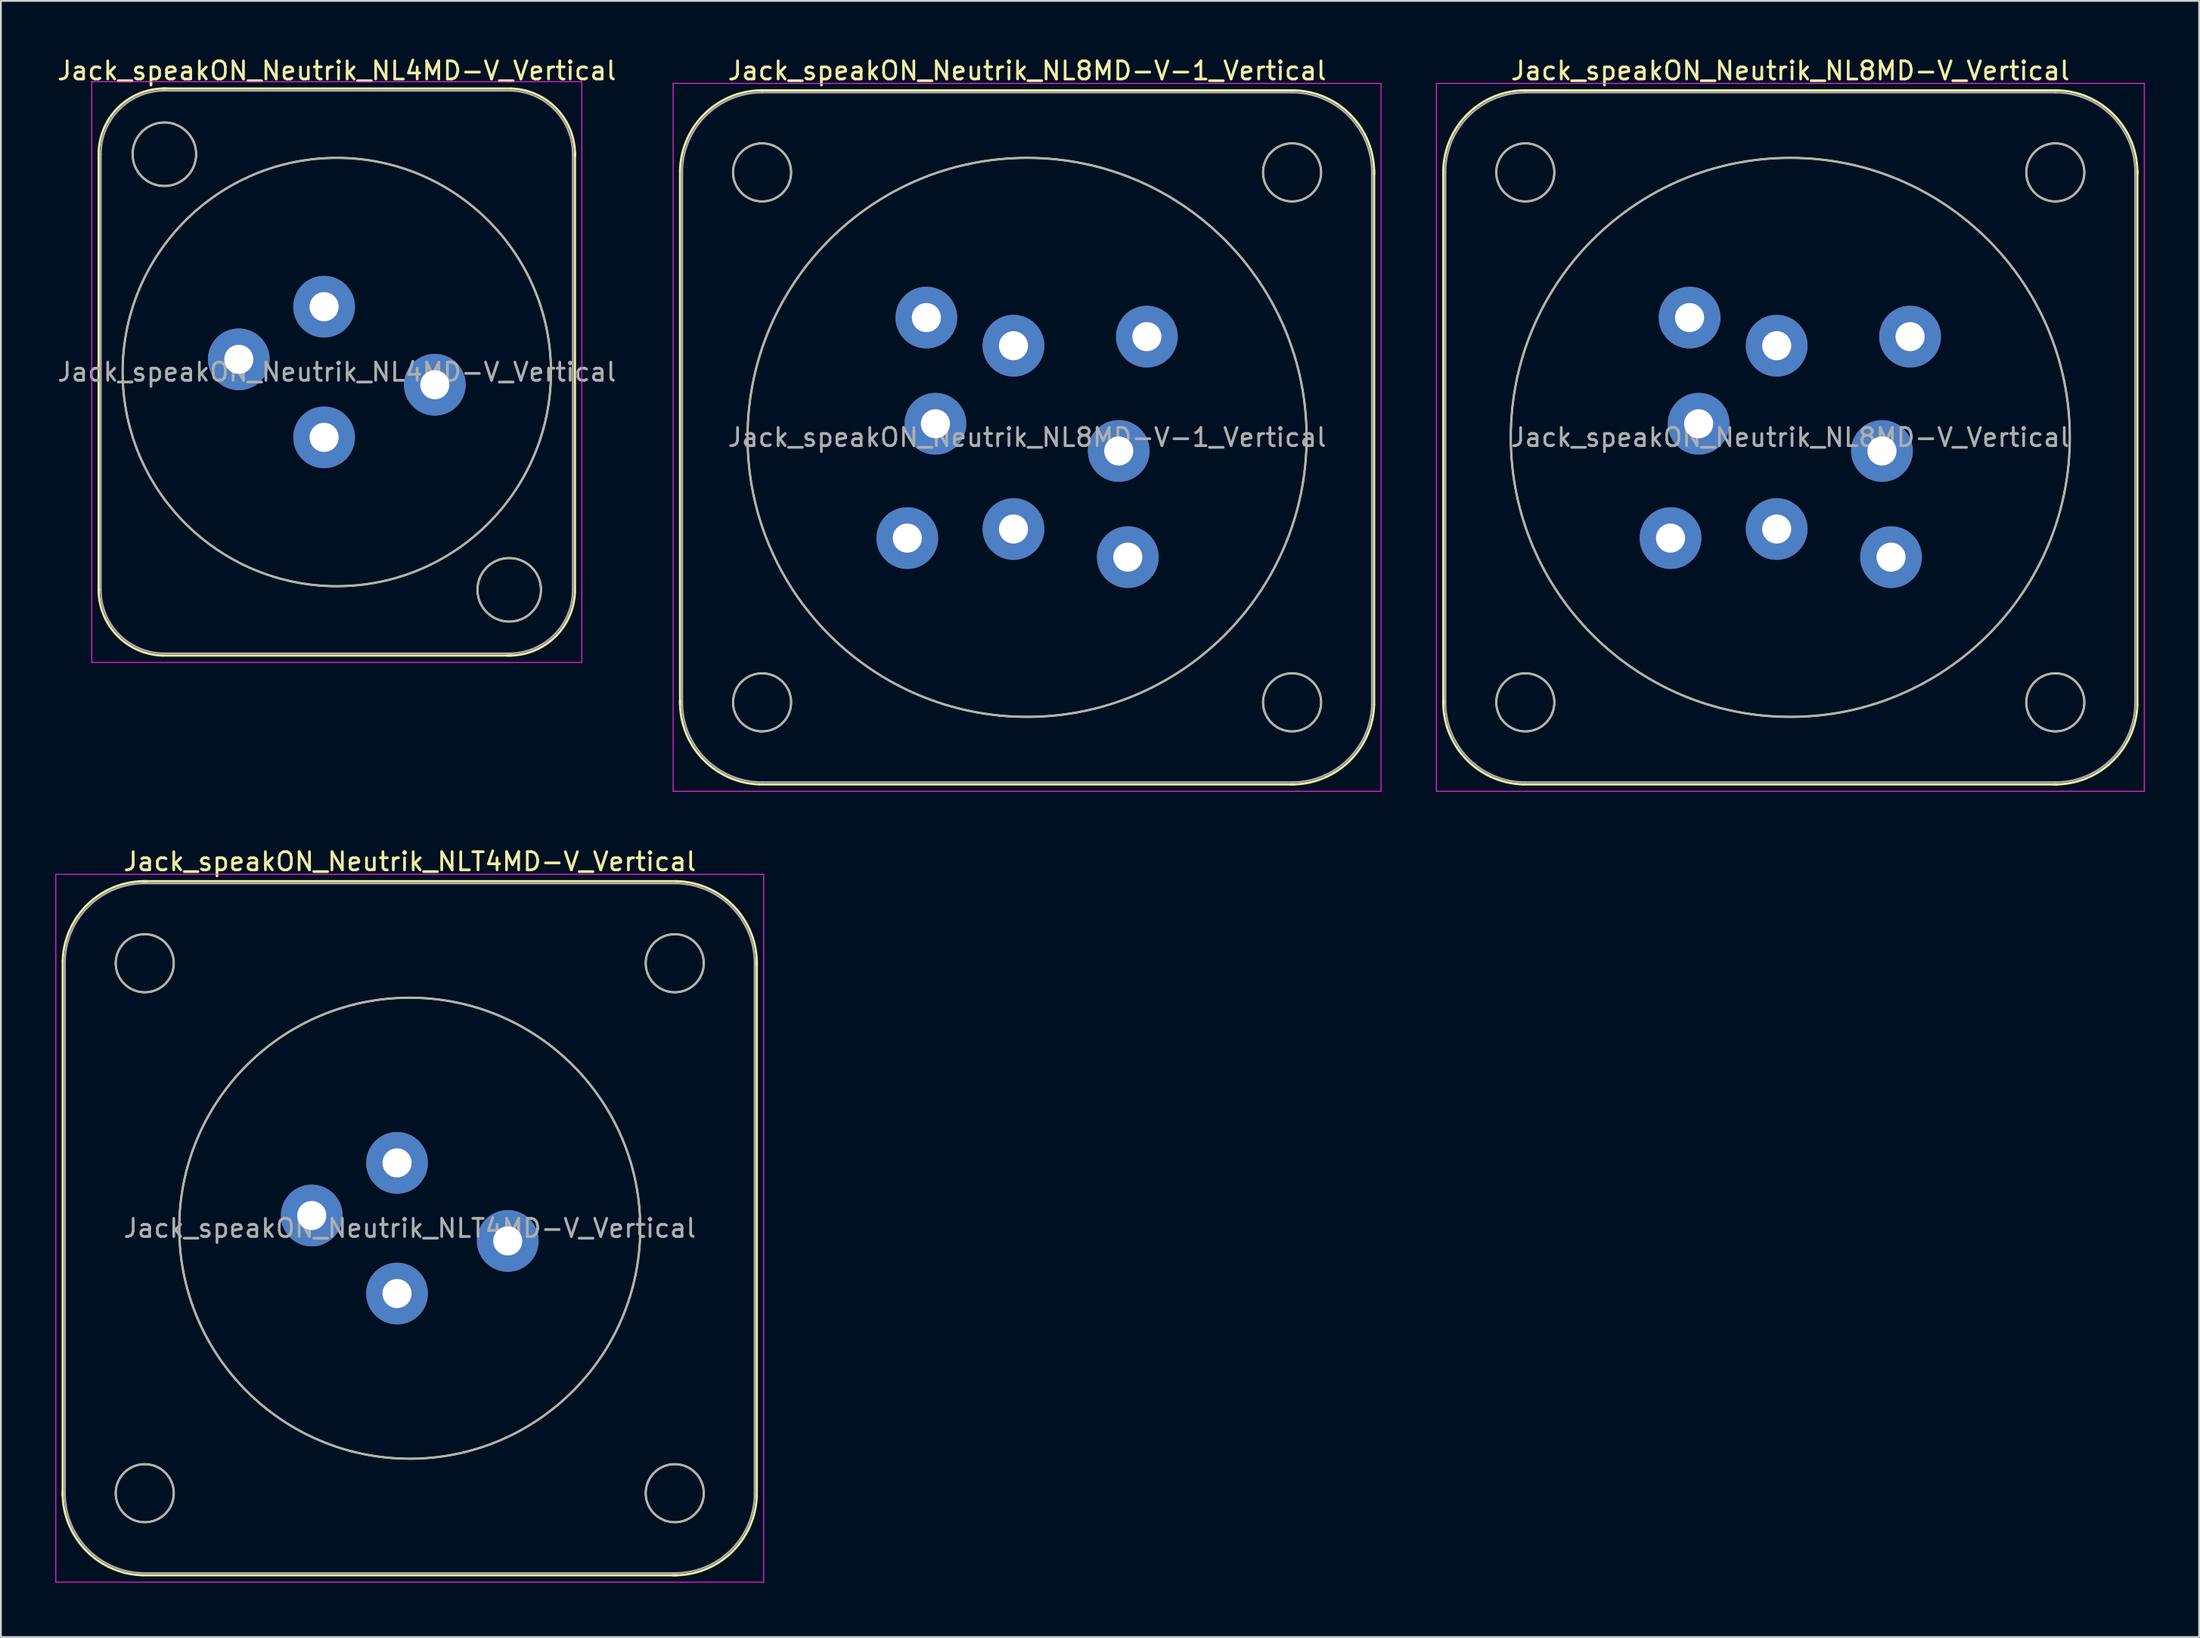
<source format=kicad_pcb>
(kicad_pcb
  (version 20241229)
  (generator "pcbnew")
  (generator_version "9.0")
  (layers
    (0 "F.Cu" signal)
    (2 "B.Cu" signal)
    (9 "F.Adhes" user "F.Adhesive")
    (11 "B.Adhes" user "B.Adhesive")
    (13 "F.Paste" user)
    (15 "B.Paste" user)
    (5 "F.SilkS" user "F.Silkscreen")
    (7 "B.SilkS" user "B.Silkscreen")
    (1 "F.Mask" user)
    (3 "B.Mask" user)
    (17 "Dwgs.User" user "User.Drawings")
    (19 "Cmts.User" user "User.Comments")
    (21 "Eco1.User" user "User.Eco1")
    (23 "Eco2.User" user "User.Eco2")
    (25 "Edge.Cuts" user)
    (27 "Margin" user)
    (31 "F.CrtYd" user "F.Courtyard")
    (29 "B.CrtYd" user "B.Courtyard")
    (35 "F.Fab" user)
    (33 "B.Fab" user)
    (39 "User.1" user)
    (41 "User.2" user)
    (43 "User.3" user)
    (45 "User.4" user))
  (footprint "Jack_speakON_Neutrik_NL4MD-V_Vertical"
    (layer "F.Cu")
    (at 14.806 13.848)
    (property "Reference" "Jack_speakON_Neutrik_NL4MD-V_Vertical" (at 0.7 -13 0) (layer "F.SilkS") (effects (font (size 1 1) (thickness 0.15))))
    (attr through_hole)
    (fp_line (start -12.42 15.72) (end -12.42 -8.52) (stroke (width 0.12) (type solid)) (layer "F.SilkS"))
    (fp_line (start -8.92 -12.02) (end 10.32 -12.02) (stroke (width 0.12) (type solid)) (layer "F.SilkS"))
    (fp_line (start -8.92 19.22) (end 10.32 19.22) (stroke (width 0.12) (type solid)) (layer "F.SilkS"))
    (fp_line (start 13.82 15.72) (end 13.82 -8.52) (stroke (width 0.12) (type solid)) (layer "F.SilkS"))
    (fp_arc (start -12.42 -8.52) (mid -11.274874 -11.044579) (end -8.68 -12.02) (stroke (width 0.12) (type solid)) (layer "F.SilkS"))
    (fp_arc (start -8.92 19.22) (mid -11.444579 18.074874) (end -12.42 15.48) (stroke (width 0.12) (type solid)) (layer "F.SilkS"))
    (fp_arc (start 10.32 -12.02) (mid 12.844579 -10.874874) (end 13.82 -8.28) (stroke (width 0.12) (type solid)) (layer "F.SilkS"))
    (fp_arc (start 13.82 15.72) (mid 12.674874 18.244579) (end 10.08 19.22) (stroke (width 0.12) (type solid)) (layer "F.SilkS"))
    (fp_circle (center -8.8 -8.4) (end -7.05 -8.4) (stroke (width 0.12) (type solid)) (fill no) (layer "F.SilkS"))
    (fp_circle (center 0.7 3.6) (end 12.5 3.6) (stroke (width 0.12) (type solid)) (fill no) (layer "F.SilkS"))
    (fp_circle (center 10.2 15.6) (end 11.95 15.6) (stroke (width 0.12) (type solid)) (fill no) (layer "F.SilkS"))
    (fp_line (start -12.8 -12.4) (end 14.2 -12.4) (stroke (width 0.05) (type solid)) (layer "F.CrtYd"))
    (fp_line (start -12.8 19.6) (end -12.8 -12.4) (stroke (width 0.05) (type solid)) (layer "F.CrtYd"))
    (fp_line (start -12.8 19.6) (end 14.2 19.6) (stroke (width 0.05) (type solid)) (layer "F.CrtYd"))
    (fp_line (start 14.2 19.6) (end 14.2 -12.4) (stroke (width 0.05) (type solid)) (layer "F.CrtYd"))
    (fp_line (start -12.3 15.6) (end -12.3 -8.4) (stroke (width 0.1) (type solid)) (layer "F.Fab"))
    (fp_line (start -8.8 -11.9) (end 10.2 -11.9) (stroke (width 0.1) (type solid)) (layer "F.Fab"))
    (fp_line (start -8.8 19.1) (end 10.2 19.1) (stroke (width 0.1) (type solid)) (layer "F.Fab"))
    (fp_line (start 13.7 15.6) (end 13.7 -8.4) (stroke (width 0.1) (type solid)) (layer "F.Fab"))
    (fp_arc (start -12.3 -8.4) (mid -11.274874 -10.874874) (end -8.8 -11.9) (stroke (width 0.1) (type solid)) (layer "F.Fab"))
    (fp_arc (start -8.8 19.1) (mid -11.274874 18.074874) (end -12.3 15.6) (stroke (width 0.1) (type solid)) (layer "F.Fab"))
    (fp_arc (start 10.2 -11.9) (mid 12.674874 -10.874874) (end 13.7 -8.4) (stroke (width 0.1) (type solid)) (layer "F.Fab"))
    (fp_arc (start 13.7 15.6) (mid 12.674874 18.074874) (end 10.2 19.1) (stroke (width 0.1) (type solid)) (layer "F.Fab"))
    (fp_circle (center -8.8 -8.4) (end -7.05 -8.4) (stroke (width 0.1) (type solid)) (fill no) (layer "F.Fab"))
    (fp_circle (center 0.7 3.6) (end 12.5 3.6) (stroke (width 0.1) (type solid)) (fill no) (layer "F.Fab"))
    (fp_circle (center 10.2 15.6) (end 8.45 15.6) (stroke (width 0.1) (type solid)) (fill no) (layer "F.Fab"))
    (fp_text user "${REFERENCE}" (at 0.7 3.6 0) (layer "F.Fab") (effects (font (size 1 1) (thickness 0.15))))
    (pad "1+" thru_hole circle (at 0 0) (size 3.4 3.4) (drill 1.6) (layers "*.Cu" "*.Mask"))
    (pad "1-" thru_hole circle (at -4.7 2.9) (size 3.4 3.4) (drill 1.6) (layers "*.Cu" "*.Mask"))
    (pad "2+" thru_hole circle (at 0 7.2) (size 3.4 3.4) (drill 1.6) (layers "*.Cu" "*.Mask"))
    (pad "2-" thru_hole circle (at 6.1 4.3) (size 3.4 3.4) (drill 1.6) (layers "*.Cu" "*.Mask")))
  (footprint "Jack_speakON_Neutrik_NL8MD-V_Vertical"
    (layer "F.Cu")
    (at 94.837 15.998)
    (property "Reference" "Jack_speakON_Neutrik_NL8MD-V_Vertical" (at 0.75 -15.15 0) (layer "F.SilkS") (effects (font (size 1 1) (thickness 0.15))))
    (attr through_hole)
    (fp_line (start -18.37 19.77) (end -18.37 -9.67) (stroke (width 0.12) (type solid)) (layer "F.SilkS"))
    (fp_line (start -13.97 -14.07) (end 15.47 -14.07) (stroke (width 0.12) (type solid)) (layer "F.SilkS"))
    (fp_line (start -13.97 24.17) (end 15.47 24.17) (stroke (width 0.12) (type solid)) (layer "F.SilkS"))
    (fp_line (start 19.87 19.77) (end 19.87 -9.67) (stroke (width 0.12) (type solid)) (layer "F.SilkS"))
    (fp_arc (start -18.37 -9.67) (mid -16.96127 -12.830975) (end -13.73 -14.07) (stroke (width 0.12) (type solid)) (layer "F.SilkS"))
    (fp_arc (start -13.97 24.17) (mid -17.130975 22.76127) (end -18.37 19.53) (stroke (width 0.12) (type solid)) (layer "F.SilkS"))
    (fp_arc (start 15.47 -14.07) (mid 18.630975 -12.66127) (end 19.87 -9.43) (stroke (width 0.12) (type solid)) (layer "F.SilkS"))
    (fp_arc (start 19.87 19.77) (mid 18.46127 22.930975) (end 15.23 24.17) (stroke (width 0.12) (type solid)) (layer "F.SilkS"))
    (fp_circle (center -13.85 -9.55) (end -12.25 -9.55) (stroke (width 0.12) (type solid)) (fill no) (layer "F.SilkS"))
    (fp_circle (center -13.85 19.65) (end -12.25 19.65) (stroke (width 0.12) (type solid)) (fill no) (layer "F.SilkS"))
    (fp_circle (center 0.75 5.05) (end 16.15 5.05) (stroke (width 0.12) (type solid)) (fill no) (layer "F.SilkS"))
    (fp_circle (center 15.35 -9.55) (end 16.95 -9.55) (stroke (width 0.12) (type solid)) (fill no) (layer "F.SilkS"))
    (fp_circle (center 15.35 19.65) (end 16.95 19.65) (stroke (width 0.12) (type solid)) (fill no) (layer "F.SilkS"))
    (fp_line (start -18.75 -14.45) (end 20.25 -14.45) (stroke (width 0.05) (type solid)) (layer "F.CrtYd"))
    (fp_line (start -18.75 24.55) (end -18.75 -14.45) (stroke (width 0.05) (type solid)) (layer "F.CrtYd"))
    (fp_line (start -18.75 24.55) (end 20.25 24.55) (stroke (width 0.05) (type solid)) (layer "F.CrtYd"))
    (fp_line (start 20.25 24.55) (end 20.25 -14.45) (stroke (width 0.05) (type solid)) (layer "F.CrtYd"))
    (fp_line (start -18.25 19.65) (end -18.25 -9.55) (stroke (width 0.1) (type solid)) (layer "F.Fab"))
    (fp_line (start -13.85 -13.95) (end 15.35 -13.95) (stroke (width 0.1) (type solid)) (layer "F.Fab"))
    (fp_line (start -13.85 24.05) (end 15.35 24.05) (stroke (width 0.1) (type solid)) (layer "F.Fab"))
    (fp_line (start 19.75 19.65) (end 19.75 -9.55) (stroke (width 0.1) (type solid)) (layer "F.Fab"))
    (fp_arc (start -18.25 -9.55) (mid -16.96127 -12.66127) (end -13.85 -13.95) (stroke (width 0.1) (type solid)) (layer "F.Fab"))
    (fp_arc (start -13.85 24.05) (mid -16.96127 22.76127) (end -18.25 19.65) (stroke (width 0.1) (type solid)) (layer "F.Fab"))
    (fp_arc (start 15.35 -13.95) (mid 18.46127 -12.66127) (end 19.75 -9.55) (stroke (width 0.1) (type solid)) (layer "F.Fab"))
    (fp_arc (start 19.75 19.65) (mid 18.46127 22.76127) (end 15.35 24.05) (stroke (width 0.1) (type solid)) (layer "F.Fab"))
    (fp_circle (center -13.85 -9.55) (end -12.25 -9.55) (stroke (width 0.1) (type solid)) (fill no) (layer "F.Fab"))
    (fp_circle (center -13.85 19.65) (end -12.25 19.65) (stroke (width 0.1) (type solid)) (fill no) (layer "F.Fab"))
    (fp_circle (center 0.75 5.05) (end 16.15 5.05) (stroke (width 0.1) (type solid)) (fill no) (layer "F.Fab"))
    (fp_circle (center 15.35 -9.55) (end 13.75 -9.55) (stroke (width 0.1) (type solid)) (fill no) (layer "F.Fab"))
    (fp_circle (center 15.35 19.65) (end 13.75 19.65) (stroke (width 0.1) (type solid)) (fill no) (layer "F.Fab"))
    (fp_text user "${REFERENCE}" (at 0.75 5.05 0) (layer "F.Fab") (effects (font (size 1 1) (thickness 0.15))))
    (pad "1+" thru_hole circle (at 0 0) (size 3.4 3.4) (drill 1.6) (layers "*.Cu" "*.Mask"))
    (pad "1-" thru_hole circle (at -4.8 -1.55) (size 3.4 3.4) (drill 1.6) (layers "*.Cu" "*.Mask"))
    (pad "2+" thru_hole circle (at -4.3 4.3) (size 3.4 3.4) (drill 1.6) (layers "*.Cu" "*.Mask"))
    (pad "2-" thru_hole circle (at -5.85 10.6) (size 3.4 3.4) (drill 1.6) (layers "*.Cu" "*.Mask"))
    (pad "3+" thru_hole circle (at 0 10.1) (size 3.4 3.4) (drill 1.6) (layers "*.Cu" "*.Mask"))
    (pad "3-" thru_hole circle (at 6.3 11.65) (size 3.4 3.4) (drill 1.6) (layers "*.Cu" "*.Mask"))
    (pad "4+" thru_hole circle (at 5.8 5.8) (size 3.4 3.4) (drill 1.6) (layers "*.Cu" "*.Mask"))
    (pad "4-" thru_hole circle (at 7.35 -0.5) (size 3.4 3.4) (drill 1.6) (layers "*.Cu" "*.Mask")))
  (footprint "Jack_speakON_Neutrik_NL8MD-V-1_Vertical"
    (layer "F.Cu")
    (at 52.787 15.998)
    (property "Reference" "Jack_speakON_Neutrik_NL8MD-V-1_Vertical" (at 0.75 -15.15 0) (layer "F.SilkS") (effects (font (size 1 1) (thickness 0.15))))
    (attr through_hole)
    (fp_line (start -18.37 19.77) (end -18.37 -9.67) (stroke (width 0.12) (type solid)) (layer "F.SilkS"))
    (fp_line (start -13.97 -14.07) (end 15.47 -14.07) (stroke (width 0.12) (type solid)) (layer "F.SilkS"))
    (fp_line (start -13.97 24.17) (end 15.47 24.17) (stroke (width 0.12) (type solid)) (layer "F.SilkS"))
    (fp_line (start 19.87 19.77) (end 19.87 -9.67) (stroke (width 0.12) (type solid)) (layer "F.SilkS"))
    (fp_arc (start -18.37 -9.67) (mid -16.96127 -12.830975) (end -13.73 -14.07) (stroke (width 0.12) (type solid)) (layer "F.SilkS"))
    (fp_arc (start -13.97 24.17) (mid -17.130975 22.76127) (end -18.37 19.53) (stroke (width 0.12) (type solid)) (layer "F.SilkS"))
    (fp_arc (start 15.47 -14.07) (mid 18.630975 -12.66127) (end 19.87 -9.43) (stroke (width 0.12) (type solid)) (layer "F.SilkS"))
    (fp_arc (start 19.87 19.77) (mid 18.46127 22.930975) (end 15.23 24.17) (stroke (width 0.12) (type solid)) (layer "F.SilkS"))
    (fp_circle (center -13.85 -9.55) (end -12.25 -9.55) (stroke (width 0.12) (type solid)) (fill no) (layer "F.SilkS"))
    (fp_circle (center -13.85 19.65) (end -12.25 19.65) (stroke (width 0.12) (type solid)) (fill no) (layer "F.SilkS"))
    (fp_circle (center 0.75 5.05) (end 16.15 5.05) (stroke (width 0.12) (type solid)) (fill no) (layer "F.SilkS"))
    (fp_circle (center 15.35 -9.55) (end 16.95 -9.55) (stroke (width 0.12) (type solid)) (fill no) (layer "F.SilkS"))
    (fp_circle (center 15.35 19.65) (end 16.95 19.65) (stroke (width 0.12) (type solid)) (fill no) (layer "F.SilkS"))
    (fp_line (start -18.75 -14.45) (end 20.25 -14.45) (stroke (width 0.05) (type solid)) (layer "F.CrtYd"))
    (fp_line (start -18.75 24.55) (end -18.75 -14.45) (stroke (width 0.05) (type solid)) (layer "F.CrtYd"))
    (fp_line (start -18.75 24.55) (end 20.25 24.55) (stroke (width 0.05) (type solid)) (layer "F.CrtYd"))
    (fp_line (start 20.25 24.55) (end 20.25 -14.45) (stroke (width 0.05) (type solid)) (layer "F.CrtYd"))
    (fp_line (start -18.25 19.65) (end -18.25 -9.55) (stroke (width 0.1) (type solid)) (layer "F.Fab"))
    (fp_line (start -13.85 -13.95) (end 15.35 -13.95) (stroke (width 0.1) (type solid)) (layer "F.Fab"))
    (fp_line (start -13.85 24.05) (end 15.35 24.05) (stroke (width 0.1) (type solid)) (layer "F.Fab"))
    (fp_line (start 19.75 19.65) (end 19.75 -9.55) (stroke (width 0.1) (type solid)) (layer "F.Fab"))
    (fp_arc (start -18.25 -9.55) (mid -16.96127 -12.66127) (end -13.85 -13.95) (stroke (width 0.1) (type solid)) (layer "F.Fab"))
    (fp_arc (start -13.85 24.05) (mid -16.96127 22.76127) (end -18.25 19.65) (stroke (width 0.1) (type solid)) (layer "F.Fab"))
    (fp_arc (start 15.35 -13.95) (mid 18.46127 -12.66127) (end 19.75 -9.55) (stroke (width 0.1) (type solid)) (layer "F.Fab"))
    (fp_arc (start 19.75 19.65) (mid 18.46127 22.76127) (end 15.35 24.05) (stroke (width 0.1) (type solid)) (layer "F.Fab"))
    (fp_circle (center -13.85 -9.55) (end -12.25 -9.55) (stroke (width 0.1) (type solid)) (fill no) (layer "F.Fab"))
    (fp_circle (center -13.85 19.65) (end -12.25 19.65) (stroke (width 0.1) (type solid)) (fill no) (layer "F.Fab"))
    (fp_circle (center 0.75 5.05) (end 16.15 5.05) (stroke (width 0.1) (type solid)) (fill no) (layer "F.Fab"))
    (fp_circle (center 15.35 -9.55) (end 13.75 -9.55) (stroke (width 0.1) (type solid)) (fill no) (layer "F.Fab"))
    (fp_circle (center 15.35 19.65) (end 13.75 19.65) (stroke (width 0.1) (type solid)) (fill no) (layer "F.Fab"))
    (fp_text user "${REFERENCE}" (at 0.75 5.05 0) (layer "F.Fab") (effects (font (size 1 1) (thickness 0.15))))
    (pad "1+" thru_hole circle (at 0 0) (size 3.4 3.4) (drill 1.6) (layers "*.Cu" "*.Mask"))
    (pad "1-" thru_hole circle (at -4.8 -1.55) (size 3.4 3.4) (drill 1.6) (layers "*.Cu" "*.Mask"))
    (pad "2+" thru_hole circle (at -4.3 4.3) (size 3.4 3.4) (drill 1.6) (layers "*.Cu" "*.Mask"))
    (pad "2-" thru_hole circle (at -5.85 10.6) (size 3.4 3.4) (drill 1.6) (layers "*.Cu" "*.Mask"))
    (pad "3+" thru_hole circle (at 0 10.1) (size 3.4 3.4) (drill 1.6) (layers "*.Cu" "*.Mask"))
    (pad "3-" thru_hole circle (at 6.3 11.65) (size 3.4 3.4) (drill 1.6) (layers "*.Cu" "*.Mask"))
    (pad "4+" thru_hole circle (at 5.8 5.8) (size 3.4 3.4) (drill 1.6) (layers "*.Cu" "*.Mask"))
    (pad "4-" thru_hole circle (at 7.35 -0.5) (size 3.4 3.4) (drill 1.6) (layers "*.Cu" "*.Mask")))
  (footprint "Jack_speakON_Neutrik_NLT4MD-V_Vertical"
    (layer "F.Cu")
    (at 18.825 61.022)
    (property "Reference" "Jack_speakON_Neutrik_NLT4MD-V_Vertical" (at 0.7 -16.6 0) (layer "F.SilkS") (effects (font (size 1 1) (thickness 0.15))))
    (attr through_hole)
    (fp_line (start -18.42 18.32) (end -18.42 -11.12) (stroke (width 0.12) (type solid)) (layer "F.SilkS"))
    (fp_line (start -14.02 -15.52) (end 15.42 -15.52) (stroke (width 0.12) (type solid)) (layer "F.SilkS"))
    (fp_line (start -14.02 22.72) (end 15.42 22.72) (stroke (width 0.12) (type solid)) (layer "F.SilkS"))
    (fp_line (start 19.82 18.32) (end 19.82 -11.12) (stroke (width 0.12) (type solid)) (layer "F.SilkS"))
    (fp_arc (start -18.42 -11.12) (mid -17.01127 -14.280975) (end -13.78 -15.52) (stroke (width 0.12) (type solid)) (layer "F.SilkS"))
    (fp_arc (start -14.02 22.72) (mid -17.180975 21.31127) (end -18.42 18.08) (stroke (width 0.12) (type solid)) (layer "F.SilkS"))
    (fp_arc (start 15.42 -15.52) (mid 18.580975 -14.11127) (end 19.82 -10.88) (stroke (width 0.12) (type solid)) (layer "F.SilkS"))
    (fp_arc (start 19.82 18.32) (mid 18.41127 21.480975) (end 15.18 22.72) (stroke (width 0.12) (type solid)) (layer "F.SilkS"))
    (fp_circle (center -13.9 -11) (end -12.3 -11) (stroke (width 0.12) (type solid)) (fill no) (layer "F.SilkS"))
    (fp_circle (center -13.9 18.2) (end -12.3 18.2) (stroke (width 0.12) (type solid)) (fill no) (layer "F.SilkS"))
    (fp_circle (center 0.7 3.6) (end 13.4 3.6) (stroke (width 0.12) (type solid)) (fill no) (layer "F.SilkS"))
    (fp_circle (center 15.3 -11) (end 16.9 -11) (stroke (width 0.12) (type solid)) (fill no) (layer "F.SilkS"))
    (fp_circle (center 15.3 18.2) (end 16.9 18.2) (stroke (width 0.12) (type solid)) (fill no) (layer "F.SilkS"))
    (fp_line (start -18.8 -15.9) (end 20.2 -15.9) (stroke (width 0.05) (type solid)) (layer "F.CrtYd"))
    (fp_line (start -18.8 23.1) (end -18.8 -15.9) (stroke (width 0.05) (type solid)) (layer "F.CrtYd"))
    (fp_line (start -18.8 23.1) (end 20.2 23.1) (stroke (width 0.05) (type solid)) (layer "F.CrtYd"))
    (fp_line (start 20.2 23.1) (end 20.2 -15.9) (stroke (width 0.05) (type solid)) (layer "F.CrtYd"))
    (fp_line (start -18.3 18.2) (end -18.3 -11) (stroke (width 0.1) (type solid)) (layer "F.Fab"))
    (fp_line (start -13.9 -15.4) (end 15.3 -15.4) (stroke (width 0.1) (type solid)) (layer "F.Fab"))
    (fp_line (start -13.9 22.6) (end 15.3 22.6) (stroke (width 0.1) (type solid)) (layer "F.Fab"))
    (fp_line (start 19.7 18.2) (end 19.7 -11) (stroke (width 0.1) (type solid)) (layer "F.Fab"))
    (fp_arc (start -18.3 -11) (mid -17.01127 -14.11127) (end -13.9 -15.4) (stroke (width 0.1) (type solid)) (layer "F.Fab"))
    (fp_arc (start -13.9 22.6) (mid -17.01127 21.31127) (end -18.3 18.2) (stroke (width 0.1) (type solid)) (layer "F.Fab"))
    (fp_arc (start 15.3 -15.4) (mid 18.41127 -14.11127) (end 19.7 -11) (stroke (width 0.1) (type solid)) (layer "F.Fab"))
    (fp_arc (start 19.7 18.2) (mid 18.41127 21.31127) (end 15.3 22.6) (stroke (width 0.1) (type solid)) (layer "F.Fab"))
    (fp_circle (center -13.9 -11) (end -12.3 -11) (stroke (width 0.1) (type solid)) (fill no) (layer "F.Fab"))
    (fp_circle (center -13.9 18.2) (end -12.3 18.2) (stroke (width 0.1) (type solid)) (fill no) (layer "F.Fab"))
    (fp_circle (center 0.7 3.6) (end 13.4 3.6) (stroke (width 0.1) (type solid)) (fill no) (layer "F.Fab"))
    (fp_circle (center 15.3 -11) (end 13.7 -11) (stroke (width 0.1) (type solid)) (fill no) (layer "F.Fab"))
    (fp_circle (center 15.3 18.2) (end 13.7 18.2) (stroke (width 0.1) (type solid)) (fill no) (layer "F.Fab"))
    (fp_text user "${REFERENCE}" (at 0.7 3.6 0) (layer "F.Fab") (effects (font (size 1 1) (thickness 0.15))))
    (pad "1+" thru_hole circle (at 0 0) (size 3.4 3.4) (drill 1.6) (layers "*.Cu" "*.Mask"))
    (pad "1-" thru_hole circle (at -4.7 2.9) (size 3.4 3.4) (drill 1.6) (layers "*.Cu" "*.Mask"))
    (pad "2+" thru_hole circle (at 0 7.2) (size 3.4 3.4) (drill 1.6) (layers "*.Cu" "*.Mask"))
    (pad "2-" thru_hole circle (at 6.1 4.3) (size 3.4 3.4) (drill 1.6) (layers "*.Cu" "*.Mask")))
  (gr_rect
    (start -3 -3)
    (end 118.112 87.147)
    (stroke (width 0.1) (type default))
    (fill no)
    (layer "Edge.Cuts")))
</source>
